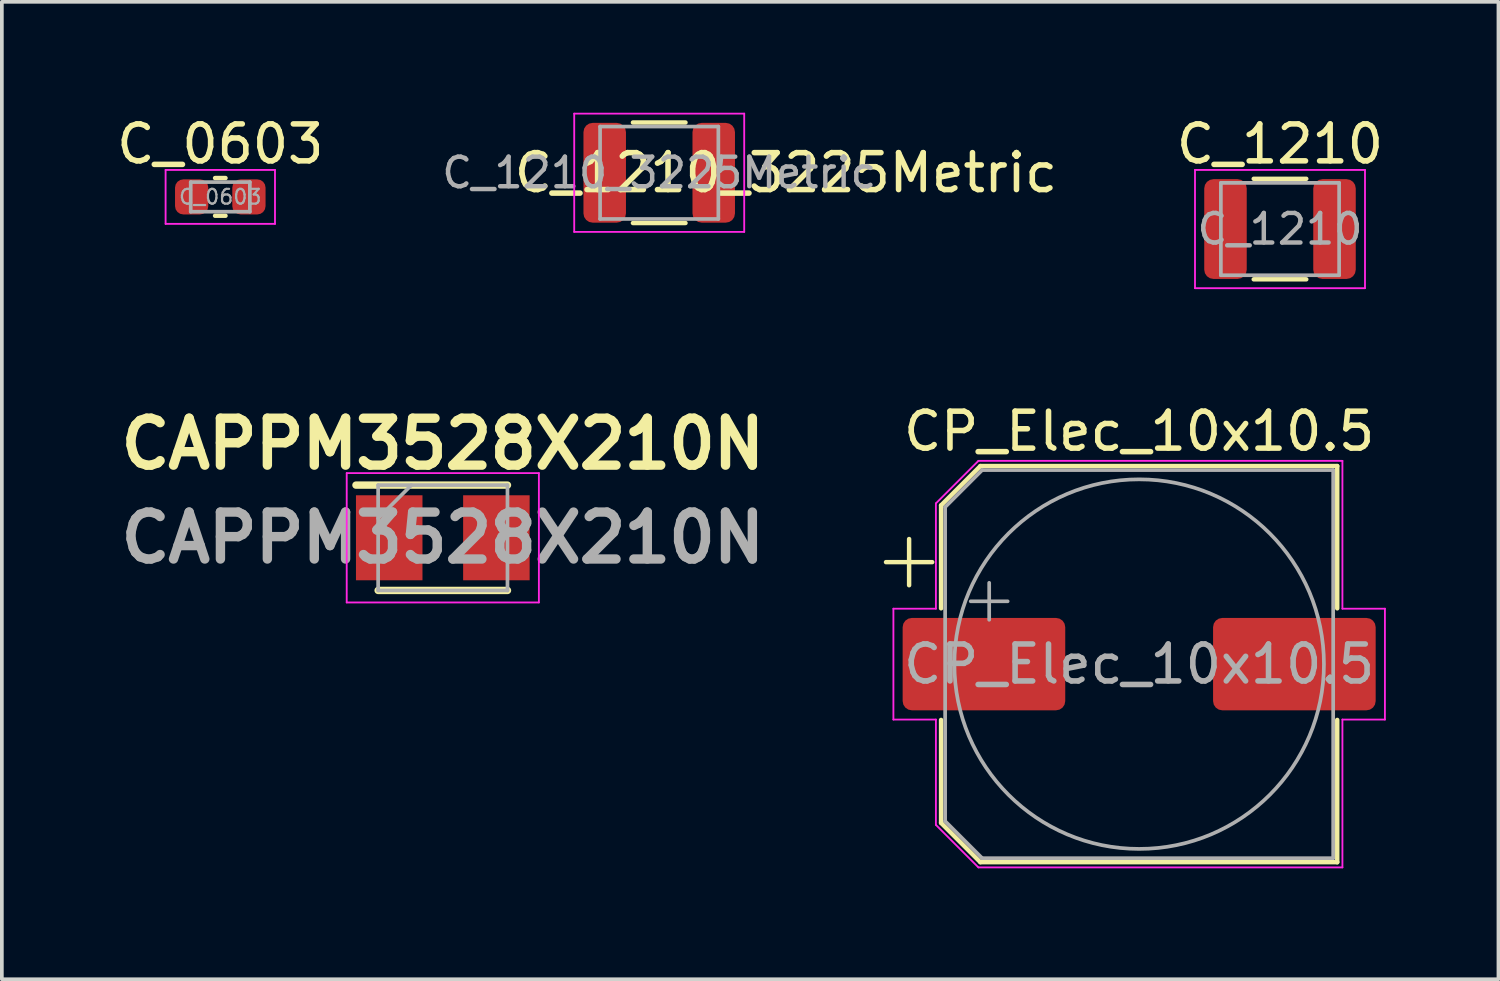
<source format=kicad_pcb>
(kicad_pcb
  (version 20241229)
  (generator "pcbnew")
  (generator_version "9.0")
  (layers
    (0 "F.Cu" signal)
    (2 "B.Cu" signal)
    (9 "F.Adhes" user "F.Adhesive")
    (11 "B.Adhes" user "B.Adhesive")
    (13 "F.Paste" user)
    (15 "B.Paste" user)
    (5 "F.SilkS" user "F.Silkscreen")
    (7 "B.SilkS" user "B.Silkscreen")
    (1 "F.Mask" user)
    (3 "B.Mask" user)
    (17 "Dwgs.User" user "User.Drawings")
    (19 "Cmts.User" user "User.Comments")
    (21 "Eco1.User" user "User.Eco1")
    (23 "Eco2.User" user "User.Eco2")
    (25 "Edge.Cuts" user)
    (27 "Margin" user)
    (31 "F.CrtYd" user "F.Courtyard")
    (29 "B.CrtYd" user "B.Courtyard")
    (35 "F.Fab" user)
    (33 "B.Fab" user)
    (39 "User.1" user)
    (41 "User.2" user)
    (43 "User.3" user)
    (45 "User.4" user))
  (footprint "CP_Elec_10x10.5"
    (layer "F.Cu")
    (at 27.775 14.921)
    (property "Reference" "CP_Elec_10x10.5" (at 0 -6.3 0) (layer "F.SilkS") (effects (font (size 1 1) (thickness 0.15))))
    (attr smd)
    (fp_line (start -6.85 -2.76) (end -5.6 -2.76) (stroke (width 0.12) (type solid)) (layer "F.SilkS"))
    (fp_line (start -6.225 -3.385) (end -6.225 -2.135) (stroke (width 0.12) (type solid)) (layer "F.SilkS"))
    (fp_line (start -5.36 -4.296) (end -5.36 -1.51) (stroke (width 0.12) (type solid)) (layer "F.SilkS"))
    (fp_line (start -5.36 -4.296) (end -4.296 -5.36) (stroke (width 0.12) (type solid)) (layer "F.SilkS"))
    (fp_line (start -5.36 4.296) (end -5.36 1.51) (stroke (width 0.12) (type solid)) (layer "F.SilkS"))
    (fp_line (start -5.36 4.296) (end -4.296 5.36) (stroke (width 0.12) (type solid)) (layer "F.SilkS"))
    (fp_line (start -4.296 -5.36) (end 5.36 -5.36) (stroke (width 0.12) (type solid)) (layer "F.SilkS"))
    (fp_line (start -4.296 5.36) (end 5.36 5.36) (stroke (width 0.12) (type solid)) (layer "F.SilkS"))
    (fp_line (start 5.36 -5.36) (end 5.36 -1.51) (stroke (width 0.12) (type solid)) (layer "F.SilkS"))
    (fp_line (start 5.36 5.36) (end 5.36 1.51) (stroke (width 0.12) (type solid)) (layer "F.SilkS"))
    (fp_line (start -6.65 -1.5) (end -6.65 1.5) (stroke (width 0.05) (type solid)) (layer "F.CrtYd"))
    (fp_line (start -6.65 1.5) (end -5.5 1.5) (stroke (width 0.05) (type solid)) (layer "F.CrtYd"))
    (fp_line (start -5.5 -4.35) (end -5.5 -1.5) (stroke (width 0.05) (type solid)) (layer "F.CrtYd"))
    (fp_line (start -5.5 -4.35) (end -4.35 -5.5) (stroke (width 0.05) (type solid)) (layer "F.CrtYd"))
    (fp_line (start -5.5 -1.5) (end -6.65 -1.5) (stroke (width 0.05) (type solid)) (layer "F.CrtYd"))
    (fp_line (start -5.5 1.5) (end -5.5 4.35) (stroke (width 0.05) (type solid)) (layer "F.CrtYd"))
    (fp_line (start -5.5 4.35) (end -4.35 5.5) (stroke (width 0.05) (type solid)) (layer "F.CrtYd"))
    (fp_line (start -4.35 -5.5) (end 5.5 -5.5) (stroke (width 0.05) (type solid)) (layer "F.CrtYd"))
    (fp_line (start -4.35 5.5) (end 5.5 5.5) (stroke (width 0.05) (type solid)) (layer "F.CrtYd"))
    (fp_line (start 5.5 -5.5) (end 5.5 -1.5) (stroke (width 0.05) (type solid)) (layer "F.CrtYd"))
    (fp_line (start 5.5 -1.5) (end 6.65 -1.5) (stroke (width 0.05) (type solid)) (layer "F.CrtYd"))
    (fp_line (start 5.5 1.5) (end 5.5 5.5) (stroke (width 0.05) (type solid)) (layer "F.CrtYd"))
    (fp_line (start 6.65 -1.5) (end 6.65 1.5) (stroke (width 0.05) (type solid)) (layer "F.CrtYd"))
    (fp_line (start 6.65 1.5) (end 5.5 1.5) (stroke (width 0.05) (type solid)) (layer "F.CrtYd"))
    (fp_line (start -5.25 -4.25) (end -5.25 4.25) (stroke (width 0.1) (type solid)) (layer "F.Fab"))
    (fp_line (start -5.25 -4.25) (end -4.25 -5.25) (stroke (width 0.1) (type solid)) (layer "F.Fab"))
    (fp_line (start -5.25 4.25) (end -4.25 5.25) (stroke (width 0.1) (type solid)) (layer "F.Fab"))
    (fp_line (start -4.558 -1.7) (end -3.558 -1.7) (stroke (width 0.1) (type solid)) (layer "F.Fab"))
    (fp_line (start -4.25 -5.25) (end 5.25 -5.25) (stroke (width 0.1) (type solid)) (layer "F.Fab"))
    (fp_line (start -4.25 5.25) (end 5.25 5.25) (stroke (width 0.1) (type solid)) (layer "F.Fab"))
    (fp_line (start -4.058 -2.2) (end -4.058 -1.2) (stroke (width 0.1) (type solid)) (layer "F.Fab"))
    (fp_line (start 5.25 -5.25) (end 5.25 5.25) (stroke (width 0.1) (type solid)) (layer "F.Fab"))
    (fp_circle (center 0 0) (end 5 0) (stroke (width 0.1) (type solid)) (fill no) (layer "F.Fab"))
    (fp_text user "${REFERENCE}" (at 0 0 0) (layer "F.Fab") (effects (font (size 1 1) (thickness 0.15))))
    (pad "1" smd roundrect (at -4.2 0) (size 4.4 2.5) (layers "F.Cu" "F.Mask" "F.Paste") (roundrect_rratio 0.1))
    (pad "2" smd roundrect (at 4.2 0) (size 4.4 2.5) (layers "F.Cu" "F.Mask" "F.Paste") (roundrect_rratio 0.1)))
  (footprint "C_1210"
    (layer "F.Cu")
    (at 31.586 3.148)
    (property "Reference" "C_1210" (at 0 -2.3 0) (layer "F.SilkS") (effects (font (size 1 1) (thickness 0.15))))
    (attr smd)
    (fp_line (start -0.711 -1.36) (end 0.711 -1.36) (stroke (width 0.12) (type solid)) (layer "F.SilkS"))
    (fp_line (start -0.711 1.36) (end 0.711 1.36) (stroke (width 0.12) (type solid)) (layer "F.SilkS"))
    (fp_line (start -2.3 -1.6) (end 2.3 -1.6) (stroke (width 0.05) (type solid)) (layer "F.CrtYd"))
    (fp_line (start -2.3 1.6) (end -2.3 -1.6) (stroke (width 0.05) (type solid)) (layer "F.CrtYd"))
    (fp_line (start 2.3 -1.6) (end 2.3 1.6) (stroke (width 0.05) (type solid)) (layer "F.CrtYd"))
    (fp_line (start 2.3 1.6) (end -2.3 1.6) (stroke (width 0.05) (type solid)) (layer "F.CrtYd"))
    (fp_line (start -1.6 -1.25) (end 1.6 -1.25) (stroke (width 0.1) (type solid)) (layer "F.Fab"))
    (fp_line (start -1.6 1.25) (end -1.6 -1.25) (stroke (width 0.1) (type solid)) (layer "F.Fab"))
    (fp_line (start 1.6 -1.25) (end 1.6 1.25) (stroke (width 0.1) (type solid)) (layer "F.Fab"))
    (fp_line (start 1.6 1.25) (end -1.6 1.25) (stroke (width 0.1) (type solid)) (layer "F.Fab"))
    (fp_text user "${REFERENCE}" (at 0 0 0) (layer "F.Fab") (effects (font (size 0.8 0.8) (thickness 0.12))))
    (pad "1" smd roundrect (at -1.475 0) (size 1.15 2.7) (layers "F.Cu" "F.Mask" "F.Paste") (roundrect_rratio 0.217))
    (pad "2" smd roundrect (at 1.475 0) (size 1.15 2.7) (layers "F.Cu" "F.Mask" "F.Paste") (roundrect_rratio 0.217)))
  (footprint "C_0603"
    (layer "F.Cu")
    (at 2.911 2.278)
    (property "Reference" "C_0603" (at 0 -1.43 0) (layer "F.SilkS") (effects (font (size 1 1) (thickness 0.15))))
    (attr smd)
    (fp_line (start -0.141 -0.51) (end 0.141 -0.51) (stroke (width 0.12) (type solid)) (layer "F.SilkS"))
    (fp_line (start -0.141 0.51) (end 0.141 0.51) (stroke (width 0.12) (type solid)) (layer "F.SilkS"))
    (fp_line (start -1.48 -0.73) (end 1.48 -0.73) (stroke (width 0.05) (type solid)) (layer "F.CrtYd"))
    (fp_line (start -1.48 0.73) (end -1.48 -0.73) (stroke (width 0.05) (type solid)) (layer "F.CrtYd"))
    (fp_line (start 1.48 -0.73) (end 1.48 0.73) (stroke (width 0.05) (type solid)) (layer "F.CrtYd"))
    (fp_line (start 1.48 0.73) (end -1.48 0.73) (stroke (width 0.05) (type solid)) (layer "F.CrtYd"))
    (fp_line (start -0.8 -0.4) (end 0.8 -0.4) (stroke (width 0.1) (type solid)) (layer "F.Fab"))
    (fp_line (start -0.8 0.4) (end -0.8 -0.4) (stroke (width 0.1) (type solid)) (layer "F.Fab"))
    (fp_line (start 0.8 -0.4) (end 0.8 0.4) (stroke (width 0.1) (type solid)) (layer "F.Fab"))
    (fp_line (start 0.8 0.4) (end -0.8 0.4) (stroke (width 0.1) (type solid)) (layer "F.Fab"))
    (fp_text user "${REFERENCE}" (at 0 0 0) (layer "F.Fab") (effects (font (size 0.4 0.4) (thickness 0.06))))
    (pad "1" smd roundrect (at -0.775 0) (size 0.9 0.95) (layers "F.Cu" "F.Mask" "F.Paste") (roundrect_rratio 0.25))
    (pad "2" smd roundrect (at 0.775 0) (size 0.9 0.95) (layers "F.Cu" "F.Mask" "F.Paste") (roundrect_rratio 0.25)))
  (footprint "C_1210_3225Metric"
    (layer "F.Cu")
    (at 14.788 1.625)
    (property "Reference" "C_1210_3225Metric" (at 3.429 0 180) (layer "F.SilkS") (effects (font (size 1 1) (thickness 0.15))))
    (attr smd)
    (fp_line (start -0.711 -1.36) (end 0.711 -1.36) (stroke (width 0.12) (type solid)) (layer "F.SilkS"))
    (fp_line (start -0.711 1.36) (end 0.711 1.36) (stroke (width 0.12) (type solid)) (layer "F.SilkS"))
    (fp_line (start -2.3 -1.6) (end 2.3 -1.6) (stroke (width 0.05) (type solid)) (layer "F.CrtYd"))
    (fp_line (start -2.3 1.6) (end -2.3 -1.6) (stroke (width 0.05) (type solid)) (layer "F.CrtYd"))
    (fp_line (start 2.3 -1.6) (end 2.3 1.6) (stroke (width 0.05) (type solid)) (layer "F.CrtYd"))
    (fp_line (start 2.3 1.6) (end -2.3 1.6) (stroke (width 0.05) (type solid)) (layer "F.CrtYd"))
    (fp_line (start -1.6 -1.25) (end 1.6 -1.25) (stroke (width 0.1) (type solid)) (layer "F.Fab"))
    (fp_line (start -1.6 1.25) (end -1.6 -1.25) (stroke (width 0.1) (type solid)) (layer "F.Fab"))
    (fp_line (start 1.6 -1.25) (end 1.6 1.25) (stroke (width 0.1) (type solid)) (layer "F.Fab"))
    (fp_line (start 1.6 1.25) (end -1.6 1.25) (stroke (width 0.1) (type solid)) (layer "F.Fab"))
    (fp_text user "${REFERENCE}" (at 0 0 180) (layer "F.Fab") (effects (font (size 0.8 0.8) (thickness 0.12))))
    (pad "1" smd roundrect (at -1.475 0) (size 1.15 2.7) (layers "F.Cu" "F.Mask" "F.Paste") (roundrect_rratio 0.217))
    (pad "2" smd roundrect (at 1.475 0) (size 1.15 2.7) (layers "F.Cu" "F.Mask" "F.Paste") (roundrect_rratio 0.217)))
  (footprint "CAPPM3528X210N"
    (layer "F.Cu")
    (at 8.932 11.502)
    (property "Reference" "CAPPM3528X210N" (at 0 -2.54 0) (layer "F.SilkS") (effects (font (size 1.27 1.27) (thickness 0.254))))
    (attr smd)
    (fp_line (start -1.75 1.425) (end 1.75 1.425) (stroke (width 0.2) (type solid)) (layer "F.SilkS"))
    (fp_line (start 1.75 -1.425) (end -2.35 -1.425) (stroke (width 0.2) (type solid)) (layer "F.SilkS"))
    (fp_line (start -2.6 -1.75) (end 2.6 -1.75) (stroke (width 0.05) (type solid)) (layer "F.CrtYd"))
    (fp_line (start -2.6 1.75) (end -2.6 -1.75) (stroke (width 0.05) (type solid)) (layer "F.CrtYd"))
    (fp_line (start 2.6 -1.75) (end 2.6 1.75) (stroke (width 0.05) (type solid)) (layer "F.CrtYd"))
    (fp_line (start 2.6 1.75) (end -2.6 1.75) (stroke (width 0.05) (type solid)) (layer "F.CrtYd"))
    (fp_line (start -1.75 -1.425) (end 1.75 -1.425) (stroke (width 0.1) (type solid)) (layer "F.Fab"))
    (fp_line (start -1.75 -0.525) (end -0.85 -1.425) (stroke (width 0.1) (type solid)) (layer "F.Fab"))
    (fp_line (start -1.75 1.425) (end -1.75 -1.425) (stroke (width 0.1) (type solid)) (layer "F.Fab"))
    (fp_line (start 1.75 -1.425) (end 1.75 1.425) (stroke (width 0.1) (type solid)) (layer "F.Fab"))
    (fp_line (start 1.75 1.425) (end -1.75 1.425) (stroke (width 0.1) (type solid)) (layer "F.Fab"))
    (fp_text user "${REFERENCE}" (at 0 0 0) (layer "F.Fab") (effects (font (size 1.27 1.27) (thickness 0.254))))
    (pad "1" smd rect (at -1.45 0) (size 1.8 2.3) (layers "F.Cu" "F.Mask" "F.Paste"))
    (pad "2" smd rect (at 1.45 0) (size 1.8 2.3) (layers "F.Cu" "F.Mask" "F.Paste")))
  (gr_rect
    (start -3 -3)
    (end 37.497 23.447)
    (stroke (width 0.1) (type default))
    (fill no)
    (layer "Edge.Cuts")))
</source>
